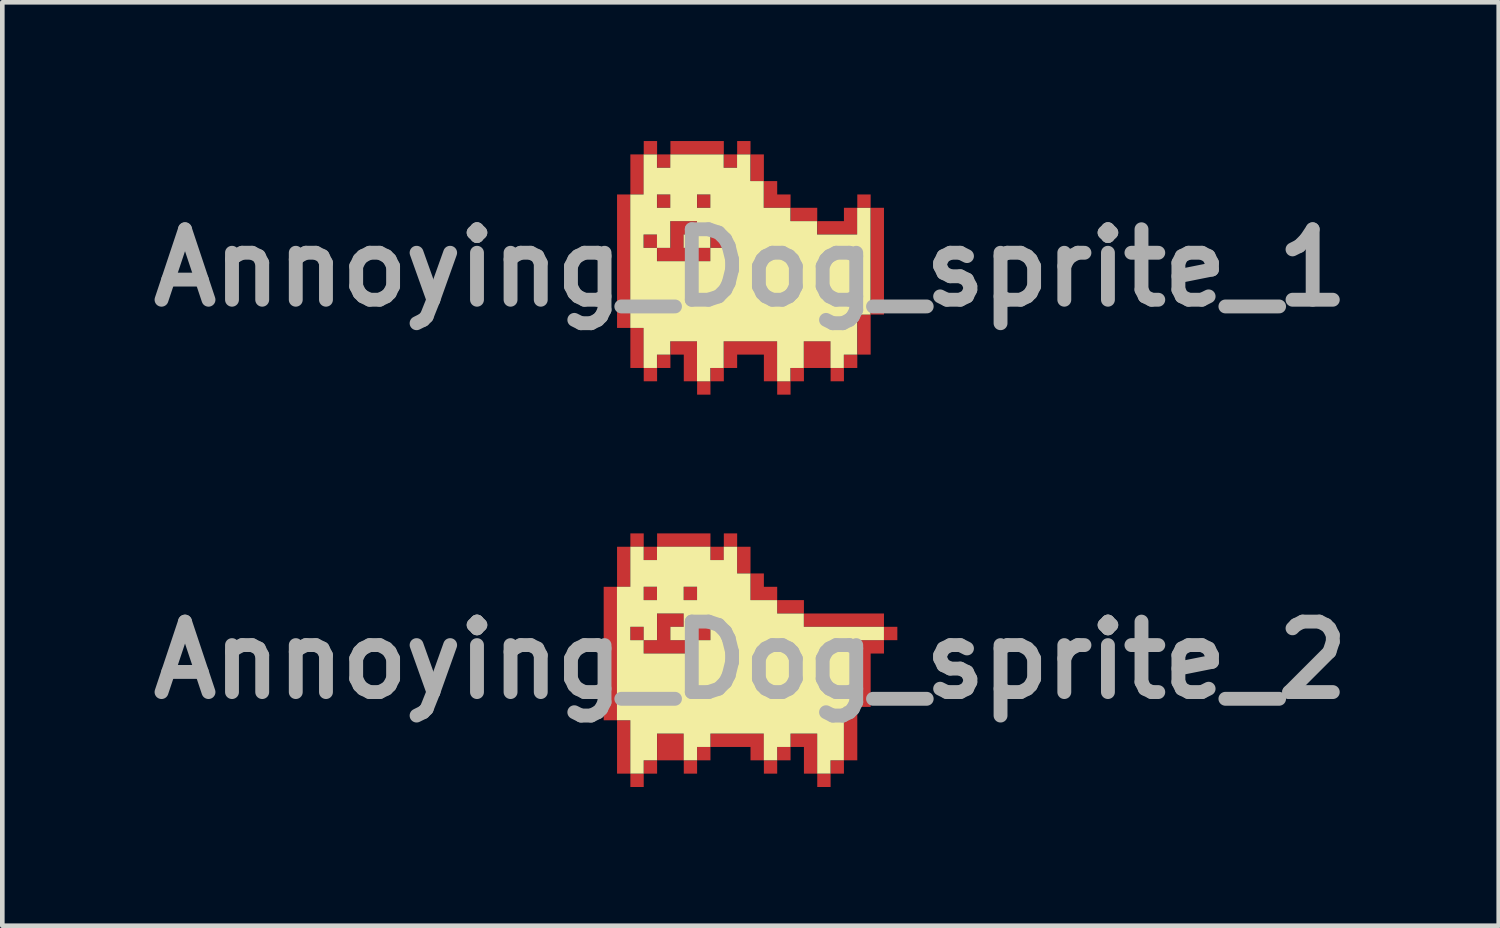
<source format=kicad_pcb>
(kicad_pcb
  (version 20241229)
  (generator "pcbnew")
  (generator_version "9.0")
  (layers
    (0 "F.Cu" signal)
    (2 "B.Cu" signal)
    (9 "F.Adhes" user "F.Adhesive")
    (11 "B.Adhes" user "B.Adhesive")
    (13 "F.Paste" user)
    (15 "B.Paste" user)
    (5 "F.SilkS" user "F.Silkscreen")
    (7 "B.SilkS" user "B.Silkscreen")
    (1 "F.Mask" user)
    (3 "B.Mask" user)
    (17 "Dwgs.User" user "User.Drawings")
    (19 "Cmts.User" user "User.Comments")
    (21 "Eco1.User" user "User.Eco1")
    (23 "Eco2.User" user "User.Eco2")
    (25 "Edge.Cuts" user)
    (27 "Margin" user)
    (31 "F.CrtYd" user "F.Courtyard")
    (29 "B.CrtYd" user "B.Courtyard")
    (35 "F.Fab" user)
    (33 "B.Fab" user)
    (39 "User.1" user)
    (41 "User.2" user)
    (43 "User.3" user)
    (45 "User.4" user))
  (footprint "Annoying_Dog_sprite_1"
    (layer "F.Cu")
    (at 13.179 2.742)
    (property "Reference" "Annoying_Dog_sprite_1" (at 0 0 0) (layer "F.Fab") (effects (font (size 1.524 1.524) (thickness 0.3))))
    (attr board_only exclude_from_pos_files exclude_from_bom)
    (fp_poly (pts (xy -2.598 1.299) (xy -2.886 1.299) (xy -2.886 -1.587) (xy -2.598 -1.587)) (stroke (width 0) (type solid)) (fill yes) (layer "F.Cu"))
    (fp_poly (pts (xy -2.309 -1.587) (xy -2.598 -1.587) (xy -2.598 -2.453) (xy -2.309 -2.453)) (stroke (width 0) (type solid)) (fill yes) (layer "F.Cu"))
    (fp_poly (pts (xy -2.309 2.165) (xy -2.598 2.165) (xy -2.598 1.299) (xy -2.309 1.299)) (stroke (width 0) (type solid)) (fill yes) (layer "F.Cu"))
    (fp_poly (pts (xy -2.02 -2.453) (xy -2.309 -2.453) (xy -2.309 -2.742) (xy -2.02 -2.742)) (stroke (width 0) (type solid)) (fill yes) (layer "F.Cu"))
    (fp_poly (pts (xy -2.02 -0.433) (xy -2.309 -0.433) (xy -2.309 -0.722) (xy -2.02 -0.722)) (stroke (width 0) (type solid)) (fill yes) (layer "F.Cu"))
    (fp_poly (pts (xy -2.02 2.453) (xy -2.309 2.453) (xy -2.309 2.165) (xy -2.02 2.165)) (stroke (width 0) (type solid)) (fill yes) (layer "F.Cu"))
    (fp_poly (pts (xy -1.732 -2.165) (xy -2.02 -2.165) (xy -2.02 -2.453) (xy -1.732 -2.453)) (stroke (width 0) (type solid)) (fill yes) (layer "F.Cu"))
    (fp_poly (pts (xy -1.732 -1.299) (xy -2.02 -1.299) (xy -2.02 -1.587) (xy -1.732 -1.587)) (stroke (width 0) (type solid)) (fill yes) (layer "F.Cu"))
    (fp_poly (pts (xy -1.732 2.165) (xy -2.02 2.165) (xy -2.02 1.876) (xy -1.732 1.876)) (stroke (width 0) (type solid)) (fill yes) (layer "F.Cu"))
    (fp_poly (pts (xy -0.866 -1.299) (xy -1.155 -1.299) (xy -1.155 -1.587) (xy -0.866 -1.587)) (stroke (width 0) (type solid)) (fill yes) (layer "F.Cu"))
    (fp_poly (pts (xy -0.866 2.742) (xy -1.155 2.742) (xy -1.155 2.453) (xy -0.866 2.453)) (stroke (width 0) (type solid)) (fill yes) (layer "F.Cu"))
    (fp_poly (pts (xy -0.577 -2.453) (xy -1.732 -2.453) (xy -1.732 -2.742) (xy -0.577 -2.742)) (stroke (width 0) (type solid)) (fill yes) (layer "F.Cu"))
    (fp_poly (pts (xy -0.577 -0.433) (xy -0.866 -0.433) (xy -0.866 -0.722) (xy -0.577 -0.722)) (stroke (width 0) (type solid)) (fill yes) (layer "F.Cu"))
    (fp_poly (pts (xy -0.577 2.453) (xy -0.866 2.453) (xy -0.866 2.165) (xy -0.577 2.165)) (stroke (width 0) (type solid)) (fill yes) (layer "F.Cu"))
    (fp_poly (pts (xy -0.289 -2.165) (xy -0.577 -2.165) (xy -0.577 -2.453) (xy -0.289 -2.453)) (stroke (width 0) (type solid)) (fill yes) (layer "F.Cu"))
    (fp_poly (pts (xy 0 -2.453) (xy -0.289 -2.453) (xy -0.289 -2.742) (xy 0 -2.742)) (stroke (width 0) (type solid)) (fill yes) (layer "F.Cu"))
    (fp_poly (pts (xy 0.289 -1.876) (xy 0 -1.876) (xy 0 -2.453) (xy 0.289 -2.453)) (stroke (width 0) (type solid)) (fill yes) (layer "F.Cu"))
    (fp_poly (pts (xy 0.866 2.742) (xy 0.577 2.742) (xy 0.577 2.453) (xy 0.866 2.453)) (stroke (width 0) (type solid)) (fill yes) (layer "F.Cu"))
    (fp_poly (pts (xy 1.155 2.453) (xy 0.866 2.453) (xy 0.866 2.165) (xy 1.155 2.165)) (stroke (width 0) (type solid)) (fill yes) (layer "F.Cu"))
    (fp_poly (pts (xy 1.443 -1.01) (xy 0.866 -1.01) (xy 0.866 -1.299) (xy 1.443 -1.299)) (stroke (width 0) (type solid)) (fill yes) (layer "F.Cu"))
    (fp_poly (pts (xy 1.732 2.165) (xy 1.155 2.165) (xy 1.155 1.587) (xy 1.732 1.587)) (stroke (width 0) (type solid)) (fill yes) (layer "F.Cu"))
    (fp_poly (pts (xy 2.02 2.453) (xy 1.732 2.453) (xy 1.732 2.165) (xy 2.02 2.165)) (stroke (width 0) (type solid)) (fill yes) (layer "F.Cu"))
    (fp_poly (pts (xy 2.309 2.165) (xy 2.02 2.165) (xy 2.02 1.876) (xy 2.309 1.876)) (stroke (width 0) (type solid)) (fill yes) (layer "F.Cu"))
    (fp_poly (pts (xy 2.598 -1.299) (xy 2.309 -1.299) (xy 2.309 -1.587) (xy 2.598 -1.587)) (stroke (width 0) (type solid)) (fill yes) (layer "F.Cu"))
    (fp_poly (pts (xy 2.598 1.876) (xy 2.309 1.876) (xy 2.309 1.01) (xy 2.598 1.01)) (stroke (width 0) (type solid)) (fill yes) (layer "F.Cu"))
    (fp_poly (pts (xy 2.886 1.01) (xy 2.598 1.01) (xy 2.598 -1.299) (xy 2.886 -1.299)) (stroke (width 0) (type solid)) (fill yes) (layer "F.Cu"))
    (fp_poly (pts (xy -1.732 1.587) (xy -1.155 1.587) (xy -1.155 2.453) (xy -1.443 2.453) (xy -1.443 1.876) (xy -1.732 1.876)) (stroke (width 0) (type solid)) (fill yes) (layer "F.Cu"))
    (fp_poly (pts (xy 0.577 -1.587) (xy 0.866 -1.587) (xy 0.866 -1.299) (xy 0.289 -1.299) (xy 0.289 -1.876) (xy 0.577 -1.876)) (stroke (width 0) (type solid)) (fill yes) (layer "F.Cu"))
    (fp_poly (pts (xy 2.309 -0.722) (xy 1.443 -0.722) (xy 1.443 -1.01) (xy 2.02 -1.01) (xy 2.02 -1.299) (xy 2.309 -1.299)) (stroke (width 0) (type solid)) (fill yes) (layer "F.Cu"))
    (fp_poly (pts (xy 0.577 2.453) (xy 0.289 2.453) (xy 0.289 1.876) (xy -0.289 1.876) (xy -0.289 2.165) (xy -0.577 2.165) (xy -0.577 1.587) (xy 0.577 1.587)) (stroke (width 0) (type solid)) (fill yes) (layer "F.Cu"))
    (fp_poly (pts (xy -1.155 -0.722) (xy -1.443 -0.722) (xy -1.443 -0.433) (xy -0.866 -0.433) (xy -0.866 -0.144) (xy -2.02 -0.144) (xy -2.02 -0.433) (xy -1.732 -0.433) (xy -1.732 -1.01) (xy -1.155 -1.01)) (stroke (width 0) (type solid)) (fill yes) (layer "F.Cu"))
    (fp_poly (pts (xy -2.598 1.299) (xy -2.886 1.299) (xy -2.886 -1.587) (xy -2.598 -1.587)) (stroke (width 0) (type solid)) (fill yes) (layer "F.Mask"))
    (fp_poly (pts (xy -2.309 -1.587) (xy -2.598 -1.587) (xy -2.598 -2.453) (xy -2.309 -2.453)) (stroke (width 0) (type solid)) (fill yes) (layer "F.Mask"))
    (fp_poly (pts (xy -2.309 2.165) (xy -2.598 2.165) (xy -2.598 1.299) (xy -2.309 1.299)) (stroke (width 0) (type solid)) (fill yes) (layer "F.Mask"))
    (fp_poly (pts (xy -2.02 -2.453) (xy -2.309 -2.453) (xy -2.309 -2.742) (xy -2.02 -2.742)) (stroke (width 0) (type solid)) (fill yes) (layer "F.Mask"))
    (fp_poly (pts (xy -2.02 -0.433) (xy -2.309 -0.433) (xy -2.309 -0.722) (xy -2.02 -0.722)) (stroke (width 0) (type solid)) (fill yes) (layer "F.Mask"))
    (fp_poly (pts (xy -2.02 2.453) (xy -2.309 2.453) (xy -2.309 2.165) (xy -2.02 2.165)) (stroke (width 0) (type solid)) (fill yes) (layer "F.Mask"))
    (fp_poly (pts (xy -1.732 -2.165) (xy -2.02 -2.165) (xy -2.02 -2.453) (xy -1.732 -2.453)) (stroke (width 0) (type solid)) (fill yes) (layer "F.Mask"))
    (fp_poly (pts (xy -1.732 -1.299) (xy -2.02 -1.299) (xy -2.02 -1.587) (xy -1.732 -1.587)) (stroke (width 0) (type solid)) (fill yes) (layer "F.Mask"))
    (fp_poly (pts (xy -1.732 2.165) (xy -2.02 2.165) (xy -2.02 1.876) (xy -1.732 1.876)) (stroke (width 0) (type solid)) (fill yes) (layer "F.Mask"))
    (fp_poly (pts (xy -0.866 -1.299) (xy -1.155 -1.299) (xy -1.155 -1.587) (xy -0.866 -1.587)) (stroke (width 0) (type solid)) (fill yes) (layer "F.Mask"))
    (fp_poly (pts (xy -0.866 2.742) (xy -1.155 2.742) (xy -1.155 2.453) (xy -0.866 2.453)) (stroke (width 0) (type solid)) (fill yes) (layer "F.Mask"))
    (fp_poly (pts (xy -0.577 -2.453) (xy -1.732 -2.453) (xy -1.732 -2.742) (xy -0.577 -2.742)) (stroke (width 0) (type solid)) (fill yes) (layer "F.Mask"))
    (fp_poly (pts (xy -0.577 -0.433) (xy -0.866 -0.433) (xy -0.866 -0.722) (xy -0.577 -0.722)) (stroke (width 0) (type solid)) (fill yes) (layer "F.Mask"))
    (fp_poly (pts (xy -0.577 2.453) (xy -0.866 2.453) (xy -0.866 2.165) (xy -0.577 2.165)) (stroke (width 0) (type solid)) (fill yes) (layer "F.Mask"))
    (fp_poly (pts (xy -0.289 -2.165) (xy -0.577 -2.165) (xy -0.577 -2.453) (xy -0.289 -2.453)) (stroke (width 0) (type solid)) (fill yes) (layer "F.Mask"))
    (fp_poly (pts (xy 0 -2.453) (xy -0.289 -2.453) (xy -0.289 -2.742) (xy 0 -2.742)) (stroke (width 0) (type solid)) (fill yes) (layer "F.Mask"))
    (fp_poly (pts (xy 0.289 -1.876) (xy 0 -1.876) (xy 0 -2.453) (xy 0.289 -2.453)) (stroke (width 0) (type solid)) (fill yes) (layer "F.Mask"))
    (fp_poly (pts (xy 0.866 2.742) (xy 0.577 2.742) (xy 0.577 2.453) (xy 0.866 2.453)) (stroke (width 0) (type solid)) (fill yes) (layer "F.Mask"))
    (fp_poly (pts (xy 1.155 2.453) (xy 0.866 2.453) (xy 0.866 2.165) (xy 1.155 2.165)) (stroke (width 0) (type solid)) (fill yes) (layer "F.Mask"))
    (fp_poly (pts (xy 1.443 -1.01) (xy 0.866 -1.01) (xy 0.866 -1.299) (xy 1.443 -1.299)) (stroke (width 0) (type solid)) (fill yes) (layer "F.Mask"))
    (fp_poly (pts (xy 1.732 2.165) (xy 1.155 2.165) (xy 1.155 1.587) (xy 1.732 1.587)) (stroke (width 0) (type solid)) (fill yes) (layer "F.Mask"))
    (fp_poly (pts (xy 2.02 2.453) (xy 1.732 2.453) (xy 1.732 2.165) (xy 2.02 2.165)) (stroke (width 0) (type solid)) (fill yes) (layer "F.Mask"))
    (fp_poly (pts (xy 2.309 2.165) (xy 2.02 2.165) (xy 2.02 1.876) (xy 2.309 1.876)) (stroke (width 0) (type solid)) (fill yes) (layer "F.Mask"))
    (fp_poly (pts (xy 2.598 -1.299) (xy 2.309 -1.299) (xy 2.309 -1.587) (xy 2.598 -1.587)) (stroke (width 0) (type solid)) (fill yes) (layer "F.Mask"))
    (fp_poly (pts (xy 2.598 1.876) (xy 2.309 1.876) (xy 2.309 1.01) (xy 2.598 1.01)) (stroke (width 0) (type solid)) (fill yes) (layer "F.Mask"))
    (fp_poly (pts (xy 2.886 1.01) (xy 2.598 1.01) (xy 2.598 -1.299) (xy 2.886 -1.299)) (stroke (width 0) (type solid)) (fill yes) (layer "F.Mask"))
    (fp_poly (pts (xy -1.732 1.587) (xy -1.155 1.587) (xy -1.155 2.453) (xy -1.443 2.453) (xy -1.443 1.876) (xy -1.732 1.876)) (stroke (width 0) (type solid)) (fill yes) (layer "F.Mask"))
    (fp_poly (pts (xy 0.577 -1.587) (xy 0.866 -1.587) (xy 0.866 -1.299) (xy 0.289 -1.299) (xy 0.289 -1.876) (xy 0.577 -1.876)) (stroke (width 0) (type solid)) (fill yes) (layer "F.Mask"))
    (fp_poly (pts (xy 2.309 -0.722) (xy 1.443 -0.722) (xy 1.443 -1.01) (xy 2.02 -1.01) (xy 2.02 -1.299) (xy 2.309 -1.299)) (stroke (width 0) (type solid)) (fill yes) (layer "F.Mask"))
    (fp_poly (pts (xy 0.577 2.453) (xy 0.289 2.453) (xy 0.289 1.876) (xy -0.289 1.876) (xy -0.289 2.165) (xy -0.577 2.165) (xy -0.577 1.587) (xy 0.577 1.587)) (stroke (width 0) (type solid)) (fill yes) (layer "F.Mask"))
    (fp_poly (pts (xy -1.155 -0.722) (xy -1.443 -0.722) (xy -1.443 -0.433) (xy -0.866 -0.433) (xy -0.866 -0.144) (xy -2.02 -0.144) (xy -2.02 -0.433) (xy -1.732 -0.433) (xy -1.732 -1.01) (xy -1.155 -1.01)) (stroke (width 0) (type solid)) (fill yes) (layer "F.Mask"))
    (fp_poly (pts (xy -2.023 -2.164) (xy -1.735 -2.164) (xy -1.735 -2.453) (xy -0.58 -2.453) (xy -0.58 -2.164) (xy -0.291 -2.164) (xy -0.291 -2.453) (xy -0.003 -2.453) (xy -0.003 -1.876) (xy 0.286 -1.876) (xy 0.286 -1.298) (xy 0.863 -1.298) (xy 0.863 -1.01) (xy 1.44 -1.01) (xy 1.44 -0.721) (xy 2.306 -0.721) (xy 2.306 -1.298) (xy 2.595 -1.298) (xy 2.595 1.011) (xy 2.306 1.011) (xy 2.306 1.877) (xy 2.018 1.877) (xy 2.018 2.165) (xy 1.729 2.165) (xy 1.729 1.588) (xy 1.152 1.588) (xy 1.152 2.165) (xy 0.863 2.165) (xy 0.863 2.454) (xy 0.575 2.454) (xy 0.575 1.588) (xy -0.58 1.588) (xy -0.58 2.165) (xy -0.869 2.165) (xy -0.869 2.454) (xy -1.157 2.454) (xy -1.157 1.588) (xy -1.735 1.588) (xy -1.735 1.877) (xy -2.023 1.877) (xy -2.023 2.165) (xy -2.312 2.165) (xy -2.312 1.299) (xy -2.6 1.299) (xy -2.6 -0.144) (xy -2.023 -0.144) (xy -0.869 -0.144) (xy -0.869 -0.432) (xy -0.58 -0.432) (xy -0.58 -0.721) (xy -0.869 -0.721) (xy -0.869 -0.432) (xy -1.446 -0.432) (xy -1.446 -0.721) (xy -1.157 -0.721) (xy -1.157 -1.01) (xy -1.735 -1.01) (xy -1.735 -0.432) (xy -2.023 -0.432) (xy -2.023 -0.144) (xy -2.6 -0.144) (xy -2.6 -0.432) (xy -2.312 -0.432) (xy -2.023 -0.432) (xy -2.023 -0.721) (xy -2.312 -0.721) (xy -2.312 -0.432) (xy -2.6 -0.432) (xy -2.6 -1.298) (xy -2.023 -1.298) (xy -1.735 -1.298) (xy -1.157 -1.298) (xy -0.869 -1.298) (xy -0.869 -1.587) (xy -1.157 -1.587) (xy -1.157 -1.298) (xy -1.735 -1.298) (xy -1.735 -1.587) (xy -2.023 -1.587) (xy -2.023 -1.298) (xy -2.6 -1.298) (xy -2.6 -1.587) (xy -2.312 -1.587) (xy -2.312 -2.453) (xy -2.023 -2.453)) (stroke (width 0) (type solid)) (fill yes) (layer "F.SilkS")))
  (footprint "Annoying_Dog_sprite_2"
    (layer "F.Cu")
    (at 13.179 11.226)
    (property "Reference" "Annoying_Dog_sprite_2" (at 0 0 0) (layer "F.Fab") (effects (font (size 1.524 1.524) (thickness 0.3))))
    (attr board_only exclude_from_pos_files exclude_from_bom)
    (fp_poly (pts (xy -2.309 -0.433) (xy -2.598 -0.433) (xy -2.598 -0.722) (xy -2.309 -0.722)) (stroke (width 0) (type solid)) (fill yes) (layer "F.Cu"))
    (fp_poly (pts (xy -2.02 -1.299) (xy -2.309 -1.299) (xy -2.309 -1.587) (xy -2.02 -1.587)) (stroke (width 0) (type solid)) (fill yes) (layer "F.Cu"))
    (fp_poly (pts (xy -1.155 -1.299) (xy -1.443 -1.299) (xy -1.443 -1.587) (xy -1.155 -1.587)) (stroke (width 0) (type solid)) (fill yes) (layer "F.Cu"))
    (fp_poly (pts (xy -0.866 -0.433) (xy -1.155 -0.433) (xy -1.155 -0.722) (xy -0.866 -0.722)) (stroke (width 0) (type solid)) (fill yes) (layer "F.Cu"))
    (fp_poly (pts (xy -1.443 -0.722) (xy -1.732 -0.722) (xy -1.732 -0.433) (xy -1.155 -0.433) (xy -1.155 -0.144) (xy -2.309 -0.144) (xy -2.309 -0.433) (xy -2.02 -0.433) (xy -2.02 -1.01) (xy -1.443 -1.01)) (stroke (width 0) (type solid)) (fill yes) (layer "F.Cu"))
    (fp_poly (pts (xy 0 -2.453) (xy 0 -1.876) (xy 0.289 -1.876) (xy 0.289 -1.587) (xy 0.577 -1.587) (xy 0.577 -1.299) (xy 1.155 -1.299) (xy 1.155 -1.01) (xy 2.886 -1.01) (xy 2.886 -0.722) (xy 3.175 -0.722) (xy 3.175 -0.433) (xy 2.886 -0.433) (xy 2.886 -0.144) (xy 2.598 -0.144) (xy 2.598 1.01) (xy 2.309 1.01) (xy 2.309 2.165) (xy 2.02 2.165) (xy 2.02 2.453) (xy 1.732 2.453) (xy 1.732 2.742) (xy 1.443 2.742) (xy 1.443 2.453) (xy 1.155 2.453) (xy 1.155 1.876) (xy 0.866 1.876) (xy 0.866 2.165) (xy 0.577 2.165) (xy 0.577 2.453) (xy 0.289 2.453) (xy 0.289 2.165) (xy 0 2.165) (xy 0 1.876) (xy -0.866 1.876) (xy -0.866 2.165) (xy -1.155 2.165) (xy -1.155 2.453) (xy -1.443 2.453) (xy -1.443 2.165) (xy -2.02 2.165) (xy -2.02 2.453) (xy -2.309 2.453) (xy -2.309 2.742) (xy -2.598 2.742) (xy -2.598 2.453) (xy -2.886 2.453) (xy -2.886 1.299) (xy -2.598 1.299) (xy -2.598 2.453) (xy -2.309 2.453) (xy -2.309 2.165) (xy -2.02 2.165) (xy -2.02 1.587) (xy -1.443 1.587) (xy -1.443 2.165) (xy -1.155 2.165) (xy -1.155 1.876) (xy -0.866 1.876) (xy -0.866 1.587) (xy 0.289 1.587) (xy 0.289 2.165) (xy 0.577 2.165) (xy 0.577 1.876) (xy 0.866 1.876) (xy 0.866 1.587) (xy 1.443 1.587) (xy 1.443 2.453) (xy 1.732 2.453) (xy 1.732 2.165) (xy 2.02 2.165) (xy 2.02 1.01) (xy 2.309 1.01) (xy 2.309 -0.433) (xy 2.886 -0.433) (xy 2.886 -0.722) (xy 1.155 -0.722) (xy 1.155 -1.01) (xy 0.577 -1.01) (xy 0.577 -1.299) (xy 0 -1.299) (xy 0 -1.876) (xy -0.289 -1.876) (xy -0.289 -2.453) (xy -0.577 -2.453) (xy -0.577 -2.165) (xy -0.866 -2.165) (xy -0.866 -2.453) (xy -2.02 -2.453) (xy -2.02 -2.165) (xy -2.309 -2.165) (xy -2.309 -2.453) (xy -2.598 -2.453) (xy -2.598 -1.587) (xy -2.886 -1.587) (xy -2.886 1.299) (xy -3.175 1.299) (xy -3.175 -1.587) (xy -2.886 -1.587) (xy -2.886 -2.453) (xy -2.598 -2.453) (xy -2.598 -2.742) (xy -2.309 -2.742) (xy -2.309 -2.453) (xy -2.02 -2.453) (xy -2.02 -2.742) (xy -0.866 -2.742) (xy -0.866 -2.453) (xy -0.577 -2.453) (xy -0.577 -2.742) (xy -0.289 -2.742) (xy -0.289 -2.453)) (stroke (width 0) (type solid)) (fill yes) (layer "F.Cu"))
    (fp_poly (pts (xy -2.309 -0.433) (xy -2.598 -0.433) (xy -2.598 -0.722) (xy -2.309 -0.722)) (stroke (width 0) (type solid)) (fill yes) (layer "F.Mask"))
    (fp_poly (pts (xy -2.02 -1.299) (xy -2.309 -1.299) (xy -2.309 -1.587) (xy -2.02 -1.587)) (stroke (width 0) (type solid)) (fill yes) (layer "F.Mask"))
    (fp_poly (pts (xy -1.155 -1.299) (xy -1.443 -1.299) (xy -1.443 -1.587) (xy -1.155 -1.587)) (stroke (width 0) (type solid)) (fill yes) (layer "F.Mask"))
    (fp_poly (pts (xy -0.866 -0.433) (xy -1.155 -0.433) (xy -1.155 -0.722) (xy -0.866 -0.722)) (stroke (width 0) (type solid)) (fill yes) (layer "F.Mask"))
    (fp_poly (pts (xy -1.443 -0.722) (xy -1.732 -0.722) (xy -1.732 -0.433) (xy -1.155 -0.433) (xy -1.155 -0.144) (xy -2.309 -0.144) (xy -2.309 -0.433) (xy -2.02 -0.433) (xy -2.02 -1.01) (xy -1.443 -1.01)) (stroke (width 0) (type solid)) (fill yes) (layer "F.Mask"))
    (fp_poly (pts (xy 0 -2.453) (xy 0 -1.876) (xy 0.289 -1.876) (xy 0.289 -1.587) (xy 0.577 -1.587) (xy 0.577 -1.299) (xy 1.155 -1.299) (xy 1.155 -1.01) (xy 2.886 -1.01) (xy 2.886 -0.722) (xy 3.175 -0.722) (xy 3.175 -0.433) (xy 2.886 -0.433) (xy 2.886 -0.144) (xy 2.598 -0.144) (xy 2.598 1.01) (xy 2.309 1.01) (xy 2.309 2.165) (xy 2.02 2.165) (xy 2.02 2.453) (xy 1.732 2.453) (xy 1.732 2.742) (xy 1.443 2.742) (xy 1.443 2.453) (xy 1.155 2.453) (xy 1.155 1.876) (xy 0.866 1.876) (xy 0.866 2.165) (xy 0.577 2.165) (xy 0.577 2.453) (xy 0.289 2.453) (xy 0.289 2.165) (xy 0 2.165) (xy 0 1.876) (xy -0.866 1.876) (xy -0.866 2.165) (xy -1.155 2.165) (xy -1.155 2.453) (xy -1.443 2.453) (xy -1.443 2.165) (xy -2.02 2.165) (xy -2.02 2.453) (xy -2.309 2.453) (xy -2.309 2.742) (xy -2.598 2.742) (xy -2.598 2.453) (xy -2.886 2.453) (xy -2.886 1.299) (xy -2.598 1.299) (xy -2.598 2.453) (xy -2.309 2.453) (xy -2.309 2.165) (xy -2.02 2.165) (xy -2.02 1.587) (xy -1.443 1.587) (xy -1.443 2.165) (xy -1.155 2.165) (xy -1.155 1.876) (xy -0.866 1.876) (xy -0.866 1.587) (xy 0.289 1.587) (xy 0.289 2.165) (xy 0.577 2.165) (xy 0.577 1.876) (xy 0.866 1.876) (xy 0.866 1.587) (xy 1.443 1.587) (xy 1.443 2.453) (xy 1.732 2.453) (xy 1.732 2.165) (xy 2.02 2.165) (xy 2.02 1.01) (xy 2.309 1.01) (xy 2.309 -0.433) (xy 2.886 -0.433) (xy 2.886 -0.722) (xy 1.155 -0.722) (xy 1.155 -1.01) (xy 0.577 -1.01) (xy 0.577 -1.299) (xy 0 -1.299) (xy 0 -1.876) (xy -0.289 -1.876) (xy -0.289 -2.453) (xy -0.577 -2.453) (xy -0.577 -2.165) (xy -0.866 -2.165) (xy -0.866 -2.453) (xy -2.02 -2.453) (xy -2.02 -2.165) (xy -2.309 -2.165) (xy -2.309 -2.453) (xy -2.598 -2.453) (xy -2.598 -1.587) (xy -2.886 -1.587) (xy -2.886 1.299) (xy -3.175 1.299) (xy -3.175 -1.587) (xy -2.886 -1.587) (xy -2.886 -2.453) (xy -2.598 -2.453) (xy -2.598 -2.742) (xy -2.309 -2.742) (xy -2.309 -2.453) (xy -2.02 -2.453) (xy -2.02 -2.742) (xy -0.866 -2.742) (xy -0.866 -2.453) (xy -0.577 -2.453) (xy -0.577 -2.742) (xy -0.289 -2.742) (xy -0.289 -2.453)) (stroke (width 0) (type solid)) (fill yes) (layer "F.Mask"))
    (fp_poly (pts (xy -2.31 -2.165) (xy -2.022 -2.165) (xy -2.022 -2.454) (xy -0.867 -2.454) (xy -0.867 -2.165) (xy -0.579 -2.165) (xy -0.579 -2.454) (xy -0.29 -2.454) (xy -0.29 -1.876) (xy -0.001 -1.876) (xy -0.001 -1.299) (xy 0.576 -1.299) (xy 0.576 -1.01) (xy 1.153 -1.01) (xy 1.153 -0.722) (xy 2.885 -0.722) (xy 2.885 -0.433) (xy 2.308 -0.433) (xy 2.308 1.01) (xy 2.019 1.01) (xy 2.019 2.165) (xy 1.73 2.165) (xy 1.73 2.453) (xy 1.442 2.453) (xy 1.442 1.587) (xy 0.865 1.587) (xy 0.865 1.876) (xy 0.576 1.876) (xy 0.576 2.165) (xy 0.287 2.165) (xy 0.287 1.587) (xy -0.867 1.587) (xy -0.867 1.876) (xy -1.156 1.876) (xy -1.156 2.165) (xy -1.445 2.165) (xy -1.445 1.587) (xy -2.022 1.587) (xy -2.022 2.165) (xy -2.31 2.165) (xy -2.31 2.453) (xy -2.599 2.453) (xy -2.599 1.299) (xy -2.888 1.299) (xy -2.888 -0.145) (xy -2.31 -0.145) (xy -1.156 -0.145) (xy -1.156 -0.433) (xy -0.867 -0.433) (xy -0.867 -0.722) (xy -1.156 -0.722) (xy -1.156 -0.433) (xy -1.733 -0.433) (xy -1.733 -0.722) (xy -1.445 -0.722) (xy -1.445 -1.01) (xy -2.022 -1.01) (xy -2.022 -0.433) (xy -2.31 -0.433) (xy -2.31 -0.145) (xy -2.888 -0.145) (xy -2.888 -0.433) (xy -2.599 -0.433) (xy -2.31 -0.433) (xy -2.31 -0.722) (xy -2.599 -0.722) (xy -2.599 -0.433) (xy -2.888 -0.433) (xy -2.888 -1.299) (xy -2.31 -1.299) (xy -2.022 -1.299) (xy -1.445 -1.299) (xy -1.156 -1.299) (xy -1.156 -1.588) (xy -1.445 -1.588) (xy -1.445 -1.299) (xy -2.022 -1.299) (xy -2.022 -1.588) (xy -2.31 -1.588) (xy -2.31 -1.299) (xy -2.888 -1.299) (xy -2.888 -1.588) (xy -2.599 -1.588) (xy -2.599 -2.454) (xy -2.31 -2.454)) (stroke (width 0) (type solid)) (fill yes) (layer "F.SilkS")))
  (gr_rect
    (start -3 -3)
    (end 29.358 16.968)
    (stroke (width 0.1) (type default))
    (fill no)
    (layer "Edge.Cuts")))
</source>
